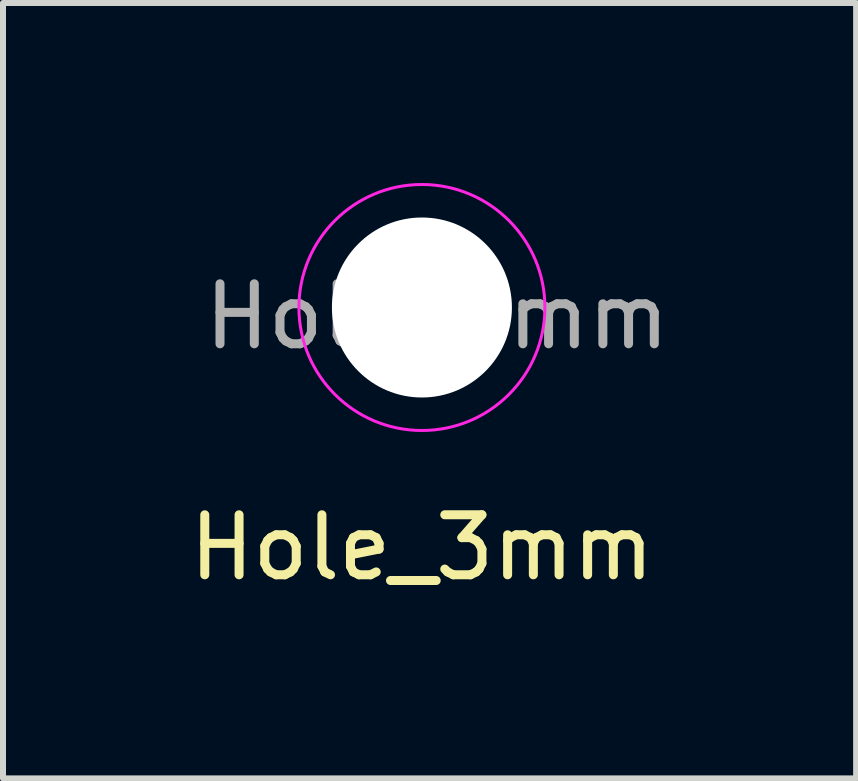
<source format=kicad_pcb>
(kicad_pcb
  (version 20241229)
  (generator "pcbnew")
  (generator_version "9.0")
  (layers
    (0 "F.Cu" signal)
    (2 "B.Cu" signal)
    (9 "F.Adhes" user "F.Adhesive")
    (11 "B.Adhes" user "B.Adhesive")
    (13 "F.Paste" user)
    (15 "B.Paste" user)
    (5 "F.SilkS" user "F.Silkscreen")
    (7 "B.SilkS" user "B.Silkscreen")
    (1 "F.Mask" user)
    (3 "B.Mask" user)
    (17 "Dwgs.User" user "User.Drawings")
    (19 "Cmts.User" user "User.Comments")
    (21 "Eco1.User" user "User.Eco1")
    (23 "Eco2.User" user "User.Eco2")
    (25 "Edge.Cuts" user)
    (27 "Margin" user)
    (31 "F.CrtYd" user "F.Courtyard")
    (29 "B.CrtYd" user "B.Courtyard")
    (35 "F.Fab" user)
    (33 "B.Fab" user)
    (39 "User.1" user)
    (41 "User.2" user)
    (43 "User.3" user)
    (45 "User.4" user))
  (footprint "Hole_3mm"
    (layer "F.Cu")
    (at 3.982 2.075)
    (property "Reference" "Hole_3mm" (at 0 4 0) (unlocked yes) (layer "F.SilkS") (effects (font (size 1 1) (thickness 0.15))))
    (attr exclude_from_pos_files exclude_from_bom)
    (fp_circle (center 0 0) (end 2.05 0) (stroke (width 0.05) (type solid)) (fill no) (layer "F.CrtYd"))
    (fp_text user "${REFERENCE}" (at 0.254 0.15 0) (layer "F.Fab") (effects (font (size 1 1) (thickness 0.15))))
    (pad "" np_thru_hole circle (at 0 0) (size 3 3) (drill 3) (layers "*.Cu" "*.Mask")))
  (gr_rect
    (start -3 -3)
    (end 11.219 9.923)
    (stroke (width 0.1) (type default))
    (fill no)
    (layer "Edge.Cuts")))
</source>
